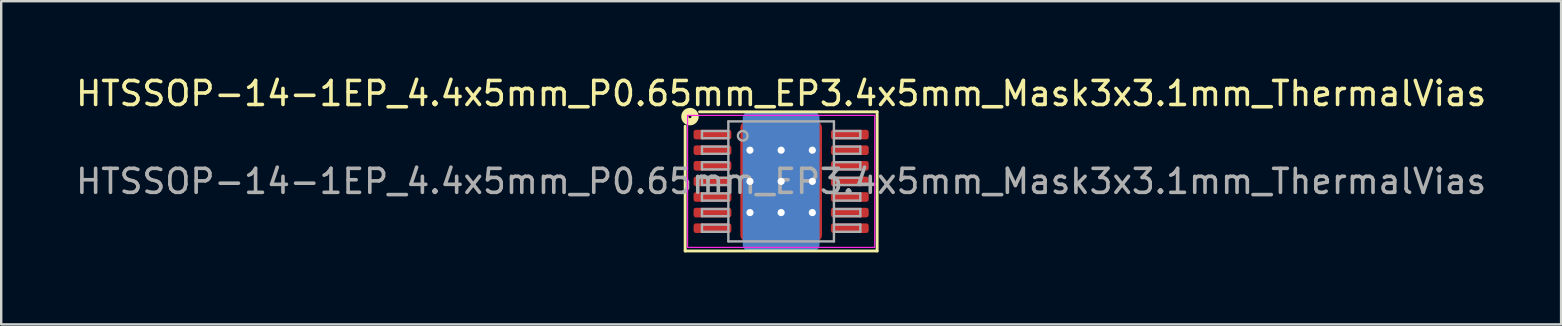
<source format=kicad_pcb>
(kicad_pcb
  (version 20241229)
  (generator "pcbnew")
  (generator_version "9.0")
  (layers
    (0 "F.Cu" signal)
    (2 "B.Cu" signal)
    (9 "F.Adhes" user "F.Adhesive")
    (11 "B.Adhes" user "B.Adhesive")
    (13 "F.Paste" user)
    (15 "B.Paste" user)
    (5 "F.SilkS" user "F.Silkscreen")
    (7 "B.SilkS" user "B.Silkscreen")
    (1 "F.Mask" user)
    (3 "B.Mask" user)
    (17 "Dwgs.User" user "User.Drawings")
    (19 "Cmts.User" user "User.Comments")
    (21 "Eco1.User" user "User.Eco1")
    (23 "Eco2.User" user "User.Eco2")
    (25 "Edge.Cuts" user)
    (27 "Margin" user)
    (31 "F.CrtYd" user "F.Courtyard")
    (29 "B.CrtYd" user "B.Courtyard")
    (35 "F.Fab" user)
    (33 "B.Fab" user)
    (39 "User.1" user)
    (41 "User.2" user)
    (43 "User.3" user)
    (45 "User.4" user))
  (footprint "HTSSOP-14-1EP_4.4x5mm_P0.65mm_EP3.4x5mm_Mask3x3.1mm_ThermalVias"
    (layer "F.Cu")
    (at 29.506 4.51)
    (property "Reference" "HTSSOP-14-1EP_4.4x5mm_P0.65mm_EP3.4x5mm_Mask3x3.1mm_ThermalVias" (at 0 -3.662 0) (layer "F.SilkS") (effects (font (size 1 1) (thickness 0.15))))
    (attr smd)
    (fp_line (start -4 -2.3) (end -4 2.9) (stroke (width 0.12) (type solid)) (layer "F.SilkS"))
    (fp_line (start -4 2.9) (end 4 2.9) (stroke (width 0.12) (type solid)) (layer "F.SilkS"))
    (fp_line (start 4 -2.9) (end -3.4 -2.9) (stroke (width 0.12) (type solid)) (layer "F.SilkS"))
    (fp_line (start 4 2.9) (end 4 -2.9) (stroke (width 0.12) (type solid)) (layer "F.SilkS"))
    (fp_circle (center -3.8 -2.7) (end -3.736 -2.7) (stroke (width 0.3) (type solid)) (fill no) (layer "F.SilkS"))
    (fp_line (start -3.9 -2.75) (end -3.9 2.75) (stroke (width 0.05) (type solid)) (layer "F.CrtYd"))
    (fp_line (start -3.9 2.75) (end 3.9 2.75) (stroke (width 0.05) (type solid)) (layer "F.CrtYd"))
    (fp_line (start 3.9 -2.75) (end -3.9 -2.75) (stroke (width 0.05) (type solid)) (layer "F.CrtYd"))
    (fp_line (start 3.9 2.75) (end 3.9 -2.75) (stroke (width 0.05) (type solid)) (layer "F.CrtYd"))
    (fp_line (start -3.3 -2.1) (end -3.3 -1.8) (stroke (width 0.1) (type solid)) (layer "F.Fab"))
    (fp_line (start -3.3 -2.1) (end -2.2 -2.1) (stroke (width 0.1) (type solid)) (layer "F.Fab"))
    (fp_line (start -3.3 -1.8) (end -2.2 -1.8) (stroke (width 0.1) (type solid)) (layer "F.Fab"))
    (fp_line (start -3.3 -1.45) (end -3.3 -1.15) (stroke (width 0.1) (type solid)) (layer "F.Fab"))
    (fp_line (start -3.3 -1.45) (end -2.2 -1.45) (stroke (width 0.1) (type solid)) (layer "F.Fab"))
    (fp_line (start -3.3 -1.15) (end -2.2 -1.15) (stroke (width 0.1) (type solid)) (layer "F.Fab"))
    (fp_line (start -3.3 -0.8) (end -3.3 -0.5) (stroke (width 0.1) (type solid)) (layer "F.Fab"))
    (fp_line (start -3.3 -0.8) (end -2.2 -0.8) (stroke (width 0.1) (type solid)) (layer "F.Fab"))
    (fp_line (start -3.3 -0.5) (end -2.2 -0.5) (stroke (width 0.1) (type solid)) (layer "F.Fab"))
    (fp_line (start -3.3 -0.15) (end -3.3 0.15) (stroke (width 0.1) (type solid)) (layer "F.Fab"))
    (fp_line (start -3.3 -0.15) (end -2.2 -0.15) (stroke (width 0.1) (type solid)) (layer "F.Fab"))
    (fp_line (start -3.3 0.15) (end -2.2 0.15) (stroke (width 0.1) (type solid)) (layer "F.Fab"))
    (fp_line (start -3.3 0.5) (end -3.3 0.8) (stroke (width 0.1) (type solid)) (layer "F.Fab"))
    (fp_line (start -3.3 0.5) (end -2.2 0.5) (stroke (width 0.1) (type solid)) (layer "F.Fab"))
    (fp_line (start -3.3 0.8) (end -2.2 0.8) (stroke (width 0.1) (type solid)) (layer "F.Fab"))
    (fp_line (start -3.3 1.15) (end -3.3 1.45) (stroke (width 0.1) (type solid)) (layer "F.Fab"))
    (fp_line (start -3.3 1.15) (end -2.2 1.15) (stroke (width 0.1) (type solid)) (layer "F.Fab"))
    (fp_line (start -3.3 1.45) (end -2.2 1.45) (stroke (width 0.1) (type solid)) (layer "F.Fab"))
    (fp_line (start -3.3 1.8) (end -3.3 2.1) (stroke (width 0.1) (type solid)) (layer "F.Fab"))
    (fp_line (start -3.3 1.8) (end -2.2 1.8) (stroke (width 0.1) (type solid)) (layer "F.Fab"))
    (fp_line (start -3.3 2.1) (end -2.2 2.1) (stroke (width 0.1) (type solid)) (layer "F.Fab"))
    (fp_line (start -2.2 -2.5) (end 2.2 -2.5) (stroke (width 0.1) (type solid)) (layer "F.Fab"))
    (fp_line (start -2.2 2.5) (end -2.2 -2.5) (stroke (width 0.1) (type solid)) (layer "F.Fab"))
    (fp_line (start 2.2 -2.5) (end 2.2 2.5) (stroke (width 0.1) (type solid)) (layer "F.Fab"))
    (fp_line (start 2.2 2.5) (end -2.2 2.5) (stroke (width 0.1) (type solid)) (layer "F.Fab"))
    (fp_line (start 3.3 -2.1) (end 2.2 -2.1) (stroke (width 0.1) (type solid)) (layer "F.Fab"))
    (fp_line (start 3.3 -1.8) (end 2.2 -1.8) (stroke (width 0.1) (type solid)) (layer "F.Fab"))
    (fp_line (start 3.3 -1.8) (end 3.3 -2.1) (stroke (width 0.1) (type solid)) (layer "F.Fab"))
    (fp_line (start 3.3 -1.45) (end 2.2 -1.45) (stroke (width 0.1) (type solid)) (layer "F.Fab"))
    (fp_line (start 3.3 -1.15) (end 2.2 -1.15) (stroke (width 0.1) (type solid)) (layer "F.Fab"))
    (fp_line (start 3.3 -1.15) (end 3.3 -1.45) (stroke (width 0.1) (type solid)) (layer "F.Fab"))
    (fp_line (start 3.3 -0.8) (end 2.2 -0.8) (stroke (width 0.1) (type solid)) (layer "F.Fab"))
    (fp_line (start 3.3 -0.5) (end 2.2 -0.5) (stroke (width 0.1) (type solid)) (layer "F.Fab"))
    (fp_line (start 3.3 -0.5) (end 3.3 -0.8) (stroke (width 0.1) (type solid)) (layer "F.Fab"))
    (fp_line (start 3.3 -0.15) (end 2.2 -0.15) (stroke (width 0.1) (type solid)) (layer "F.Fab"))
    (fp_line (start 3.3 0.15) (end 2.2 0.15) (stroke (width 0.1) (type solid)) (layer "F.Fab"))
    (fp_line (start 3.3 0.15) (end 3.3 -0.15) (stroke (width 0.1) (type solid)) (layer "F.Fab"))
    (fp_line (start 3.3 0.5) (end 2.2 0.5) (stroke (width 0.1) (type solid)) (layer "F.Fab"))
    (fp_line (start 3.3 0.8) (end 2.2 0.8) (stroke (width 0.1) (type solid)) (layer "F.Fab"))
    (fp_line (start 3.3 0.8) (end 3.3 0.5) (stroke (width 0.1) (type solid)) (layer "F.Fab"))
    (fp_line (start 3.3 1.15) (end 2.2 1.15) (stroke (width 0.1) (type solid)) (layer "F.Fab"))
    (fp_line (start 3.3 1.45) (end 2.2 1.45) (stroke (width 0.1) (type solid)) (layer "F.Fab"))
    (fp_line (start 3.3 1.45) (end 3.3 1.15) (stroke (width 0.1) (type solid)) (layer "F.Fab"))
    (fp_line (start 3.3 1.8) (end 2.2 1.8) (stroke (width 0.1) (type solid)) (layer "F.Fab"))
    (fp_line (start 3.3 2.1) (end 2.2 2.1) (stroke (width 0.1) (type solid)) (layer "F.Fab"))
    (fp_line (start 3.3 2.1) (end 3.3 1.8) (stroke (width 0.1) (type solid)) (layer "F.Fab"))
    (fp_circle (center -1.6 -1.9) (end -1.4 -1.9) (stroke (width 0.1) (type solid)) (fill no) (layer "F.Fab"))
    (fp_text user "${REFERENCE}" (at 0 0 0) (layer "F.Fab") (effects (font (size 1 1) (thickness 0.15))))
    (pad "" smd roundrect (at -0.75 -0.775) (size 1.21 1.25) (layers "F.Paste") (roundrect_rratio 0.207))
    (pad "" smd roundrect (at -0.75 0.775) (size 1.21 1.25) (layers "F.Paste") (roundrect_rratio 0.207))
    (pad "" smd roundrect (at 0 0) (size 3 3.1) (layers "F.Mask") (roundrect_rratio 0.083))
    (pad "" smd roundrect (at 0.75 -0.775) (size 1.21 1.25) (layers "F.Paste") (roundrect_rratio 0.207))
    (pad "" smd roundrect (at 0.75 0.775) (size 1.21 1.25) (layers "F.Paste") (roundrect_rratio 0.207))
    (pad "1" smd roundrect (at -2.862 -1.95) (size 1.575 0.4) (layers "F.Cu" "F.Mask" "F.Paste") (roundrect_rratio 0.25))
    (pad "2" smd roundrect (at -2.862 -1.3) (size 1.575 0.4) (layers "F.Cu" "F.Mask" "F.Paste") (roundrect_rratio 0.25))
    (pad "3" smd roundrect (at -2.862 -0.65) (size 1.575 0.4) (layers "F.Cu" "F.Mask" "F.Paste") (roundrect_rratio 0.25))
    (pad "4" smd roundrect (at -2.862 0) (size 1.575 0.4) (layers "F.Cu" "F.Mask" "F.Paste") (roundrect_rratio 0.25))
    (pad "5" smd roundrect (at -2.862 0.65) (size 1.575 0.4) (layers "F.Cu" "F.Mask" "F.Paste") (roundrect_rratio 0.25))
    (pad "6" smd roundrect (at -2.862 1.3) (size 1.575 0.4) (layers "F.Cu" "F.Mask" "F.Paste") (roundrect_rratio 0.25))
    (pad "7" smd roundrect (at -2.862 1.95) (size 1.575 0.4) (layers "F.Cu" "F.Mask" "F.Paste") (roundrect_rratio 0.25))
    (pad "8" smd roundrect (at 2.862 1.95) (size 1.575 0.4) (layers "F.Cu" "F.Mask" "F.Paste") (roundrect_rratio 0.25))
    (pad "9" smd roundrect (at 2.862 1.3) (size 1.575 0.4) (layers "F.Cu" "F.Mask" "F.Paste") (roundrect_rratio 0.25))
    (pad "10" smd roundrect (at 2.862 0.65) (size 1.575 0.4) (layers "F.Cu" "F.Mask" "F.Paste") (roundrect_rratio 0.25))
    (pad "11" smd roundrect (at 2.862 0) (size 1.575 0.4) (layers "F.Cu" "F.Mask" "F.Paste") (roundrect_rratio 0.25))
    (pad "12" smd roundrect (at 2.862 -0.65) (size 1.575 0.4) (layers "F.Cu" "F.Mask" "F.Paste") (roundrect_rratio 0.25))
    (pad "13" smd roundrect (at 2.862 -1.3) (size 1.575 0.4) (layers "F.Cu" "F.Mask" "F.Paste") (roundrect_rratio 0.25))
    (pad "14" smd roundrect (at 2.862 -1.95) (size 1.575 0.4) (layers "F.Cu" "F.Mask" "F.Paste") (roundrect_rratio 0.25))
    (pad "15" thru_hole circle (at -1.3 -1.3) (size 0.6 0.6) (drill 0.3) (property pad_prop_heatsink) (layers "*.Cu"))
    (pad "15" thru_hole circle (at -1.3 0) (size 0.6 0.6) (drill 0.3) (property pad_prop_heatsink) (layers "*.Cu"))
    (pad "15" thru_hole circle (at -1.3 1.3) (size 0.6 0.6) (drill 0.3) (property pad_prop_heatsink) (layers "*.Cu"))
    (pad "15" thru_hole circle (at 0 -1.3) (size 0.6 0.6) (drill 0.3) (property pad_prop_heatsink) (layers "*.Cu"))
    (pad "15" thru_hole circle (at 0 0) (size 0.6 0.6) (drill 0.3) (property pad_prop_heatsink) (layers "*.Cu"))
    (pad "15" smd roundrect (at 0 0) (size 3.2 5.8) (layers "B.Cu" "B.Mask") (roundrect_rratio 0.078))
    (pad "15" smd roundrect (at 0 0) (size 3.4 5) (layers "F.Cu") (roundrect_rratio 0.074))
    (pad "15" thru_hole circle (at 0 1.3) (size 0.6 0.6) (drill 0.3) (property pad_prop_heatsink) (layers "*.Cu"))
    (pad "15" thru_hole circle (at 1.3 -1.3) (size 0.6 0.6) (drill 0.3) (property pad_prop_heatsink) (layers "*.Cu"))
    (pad "15" thru_hole circle (at 1.3 0) (size 0.6 0.6) (drill 0.3) (property pad_prop_heatsink) (layers "*.Cu"))
    (pad "15" thru_hole circle (at 1.3 1.3) (size 0.6 0.6) (drill 0.3) (property pad_prop_heatsink) (layers "*.Cu")))
  (gr_rect
    (start -3 -3)
    (end 62.012 10.47)
    (stroke (width 0.1) (type default))
    (fill no)
    (layer "Edge.Cuts")))
</source>
